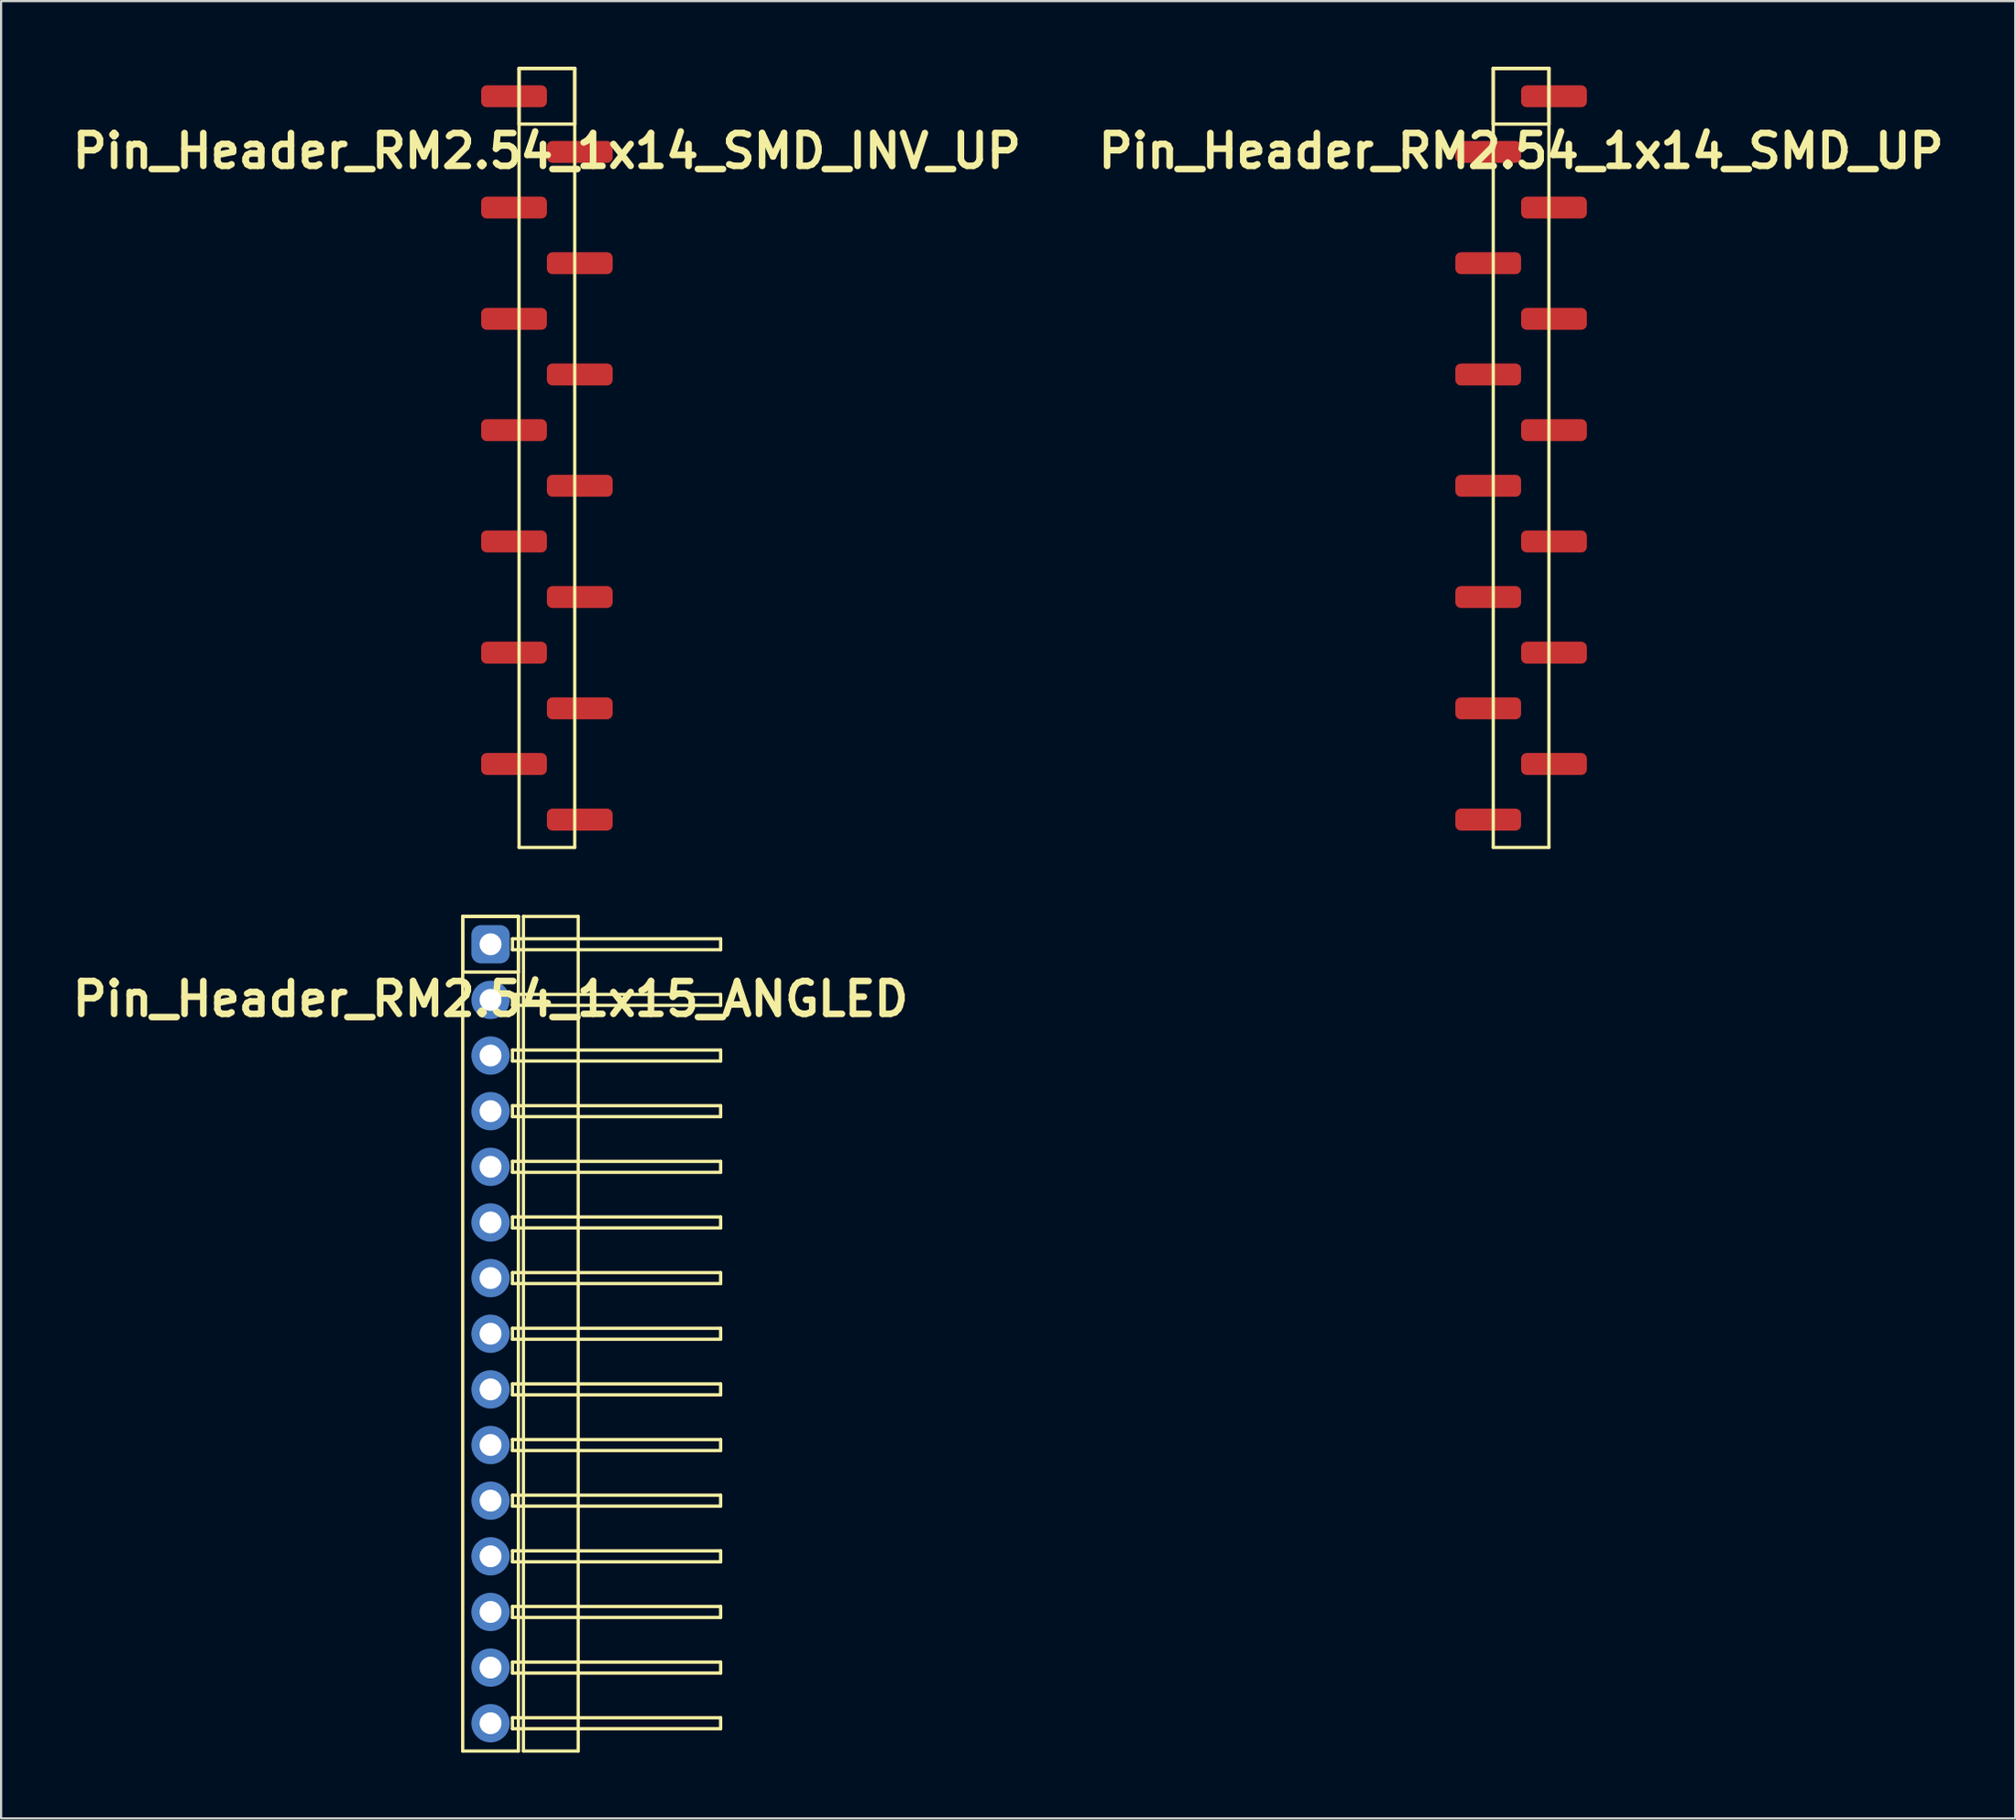
<source format=kicad_pcb>
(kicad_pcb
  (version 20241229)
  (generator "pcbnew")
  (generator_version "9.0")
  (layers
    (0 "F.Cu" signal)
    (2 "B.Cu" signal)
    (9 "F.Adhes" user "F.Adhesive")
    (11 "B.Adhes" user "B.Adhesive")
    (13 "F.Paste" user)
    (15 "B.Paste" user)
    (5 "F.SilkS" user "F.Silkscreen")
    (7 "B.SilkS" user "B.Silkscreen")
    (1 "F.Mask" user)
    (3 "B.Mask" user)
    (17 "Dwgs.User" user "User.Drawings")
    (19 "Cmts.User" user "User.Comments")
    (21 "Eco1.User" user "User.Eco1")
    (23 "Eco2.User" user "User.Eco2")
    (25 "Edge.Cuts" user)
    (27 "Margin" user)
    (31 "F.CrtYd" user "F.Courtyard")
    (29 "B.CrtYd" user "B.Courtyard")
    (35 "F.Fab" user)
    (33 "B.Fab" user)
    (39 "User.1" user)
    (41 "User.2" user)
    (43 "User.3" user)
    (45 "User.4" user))
  (footprint "Pin_Header_RM2.54_1x14_SMD_UP"
    (layer "F.Cu")
    (at 66.364 1.345)
    (property "Reference" "Pin_Header_RM2.54_1x14_SMD_UP" (at 0 2.5 0) (layer "F.SilkS") (effects (font (size 1.5 1.5) (thickness 0.3))))
    (attr through_hole)
    (fp_line (start -1.27 -1.27) (end 1.27 -1.27) (stroke (width 0.15) (type solid)) (layer "F.SilkS"))
    (fp_line (start -1.27 -1.27) (end 1.27 -1.27) (stroke (width 0.15) (type solid)) (layer "F.SilkS"))
    (fp_line (start -1.27 1.27) (end -1.27 -1.27) (stroke (width 0.15) (type solid)) (layer "F.SilkS"))
    (fp_line (start -1.27 34.29) (end -1.27 -1.27) (stroke (width 0.15) (type solid)) (layer "F.SilkS"))
    (fp_line (start 1.27 -1.27) (end 1.27 1.27) (stroke (width 0.15) (type solid)) (layer "F.SilkS"))
    (fp_line (start 1.27 -1.27) (end 1.27 34.29) (stroke (width 0.15) (type solid)) (layer "F.SilkS"))
    (fp_line (start 1.27 1.27) (end -1.27 1.27) (stroke (width 0.15) (type solid)) (layer "F.SilkS"))
    (fp_line (start 1.27 34.29) (end -1.27 34.29) (stroke (width 0.15) (type solid)) (layer "F.SilkS"))
    (pad "1" smd roundrect (at 1.5 0) (size 3 1) (layers "F.Cu" "F.Mask") (roundrect_rratio 0.25))
    (pad "2" smd roundrect (at -1.5 2.54) (size 3 1) (layers "F.Cu" "F.Mask") (roundrect_rratio 0.25))
    (pad "3" smd roundrect (at 1.5 5.08) (size 3 1) (layers "F.Cu" "F.Mask") (roundrect_rratio 0.25))
    (pad "4" smd roundrect (at -1.5 7.62) (size 3 1) (layers "F.Cu" "F.Mask") (roundrect_rratio 0.25))
    (pad "5" smd roundrect (at 1.5 10.16) (size 3 1) (layers "F.Cu" "F.Mask") (roundrect_rratio 0.25))
    (pad "6" smd roundrect (at -1.5 12.7) (size 3 1) (layers "F.Cu" "F.Mask") (roundrect_rratio 0.25))
    (pad "7" smd roundrect (at 1.5 15.24) (size 3 1) (layers "F.Cu" "F.Mask") (roundrect_rratio 0.25))
    (pad "8" smd roundrect (at -1.5 17.78) (size 3 1) (layers "F.Cu" "F.Mask") (roundrect_rratio 0.25))
    (pad "9" smd roundrect (at 1.5 20.32) (size 3 1) (layers "F.Cu" "F.Mask") (roundrect_rratio 0.25))
    (pad "10" smd roundrect (at -1.5 22.86) (size 3 1) (layers "F.Cu" "F.Mask") (roundrect_rratio 0.25))
    (pad "11" smd roundrect (at 1.5 25.4) (size 3 1) (layers "F.Cu" "F.Mask") (roundrect_rratio 0.25))
    (pad "12" smd roundrect (at -1.5 27.94) (size 3 1) (layers "F.Cu" "F.Mask") (roundrect_rratio 0.25))
    (pad "13" smd roundrect (at 1.5 30.48) (size 3 1) (layers "F.Cu" "F.Mask") (roundrect_rratio 0.25))
    (pad "14" smd roundrect (at -1.5 33.02) (size 3 1) (layers "F.Cu" "F.Mask") (roundrect_rratio 0.25)))
  (footprint "Pin_Header_RM2.54_1x15_ANGLED"
    (layer "F.Cu")
    (at 19.336 40.055)
    (property "Reference" "Pin_Header_RM2.54_1x15_ANGLED" (at 0 2.5 0) (layer "F.SilkS") (effects (font (size 1.5 1.5) (thickness 0.3))))
    (attr through_hole)
    (fp_line (start -1.27 -1.27) (end 1.27 -1.27) (stroke (width 0.15) (type solid)) (layer "F.SilkS"))
    (fp_line (start -1.27 -1.27) (end 1.27 -1.27) (stroke (width 0.15) (type solid)) (layer "F.SilkS"))
    (fp_line (start -1.27 1.27) (end -1.27 -1.27) (stroke (width 0.15) (type solid)) (layer "F.SilkS"))
    (fp_line (start -1.27 36.83) (end -1.27 -1.27) (stroke (width 0.15) (type solid)) (layer "F.SilkS"))
    (fp_line (start 1 -0.25) (end 10.5 -0.25) (stroke (width 0.15) (type solid)) (layer "F.SilkS"))
    (fp_line (start 1 0.25) (end 1 -0.25) (stroke (width 0.15) (type solid)) (layer "F.SilkS"))
    (fp_line (start 1 2.29) (end 10.5 2.29) (stroke (width 0.15) (type solid)) (layer "F.SilkS"))
    (fp_line (start 1 2.79) (end 1 2.29) (stroke (width 0.15) (type solid)) (layer "F.SilkS"))
    (fp_line (start 1 4.83) (end 10.5 4.83) (stroke (width 0.15) (type solid)) (layer "F.SilkS"))
    (fp_line (start 1 5.33) (end 1 4.83) (stroke (width 0.15) (type solid)) (layer "F.SilkS"))
    (fp_line (start 1 7.37) (end 10.5 7.37) (stroke (width 0.15) (type solid)) (layer "F.SilkS"))
    (fp_line (start 1 7.87) (end 1 7.37) (stroke (width 0.15) (type solid)) (layer "F.SilkS"))
    (fp_line (start 1 9.91) (end 10.5 9.91) (stroke (width 0.15) (type solid)) (layer "F.SilkS"))
    (fp_line (start 1 10.41) (end 1 9.91) (stroke (width 0.15) (type solid)) (layer "F.SilkS"))
    (fp_line (start 1 12.45) (end 10.5 12.45) (stroke (width 0.15) (type solid)) (layer "F.SilkS"))
    (fp_line (start 1 12.95) (end 1 12.45) (stroke (width 0.15) (type solid)) (layer "F.SilkS"))
    (fp_line (start 1 14.99) (end 10.5 14.99) (stroke (width 0.15) (type solid)) (layer "F.SilkS"))
    (fp_line (start 1 15.49) (end 1 14.99) (stroke (width 0.15) (type solid)) (layer "F.SilkS"))
    (fp_line (start 1 17.53) (end 10.5 17.53) (stroke (width 0.15) (type solid)) (layer "F.SilkS"))
    (fp_line (start 1 18.03) (end 1 17.53) (stroke (width 0.15) (type solid)) (layer "F.SilkS"))
    (fp_line (start 1 20.07) (end 10.5 20.07) (stroke (width 0.15) (type solid)) (layer "F.SilkS"))
    (fp_line (start 1 20.57) (end 1 20.07) (stroke (width 0.15) (type solid)) (layer "F.SilkS"))
    (fp_line (start 1 22.61) (end 10.5 22.61) (stroke (width 0.15) (type solid)) (layer "F.SilkS"))
    (fp_line (start 1 23.11) (end 1 22.61) (stroke (width 0.15) (type solid)) (layer "F.SilkS"))
    (fp_line (start 1 25.15) (end 10.5 25.15) (stroke (width 0.15) (type solid)) (layer "F.SilkS"))
    (fp_line (start 1 25.65) (end 1 25.15) (stroke (width 0.15) (type solid)) (layer "F.SilkS"))
    (fp_line (start 1 27.69) (end 10.5 27.69) (stroke (width 0.15) (type solid)) (layer "F.SilkS"))
    (fp_line (start 1 28.19) (end 1 27.69) (stroke (width 0.15) (type solid)) (layer "F.SilkS"))
    (fp_line (start 1 30.23) (end 10.5 30.23) (stroke (width 0.15) (type solid)) (layer "F.SilkS"))
    (fp_line (start 1 30.73) (end 1 30.23) (stroke (width 0.15) (type solid)) (layer "F.SilkS"))
    (fp_line (start 1 32.77) (end 10.5 32.77) (stroke (width 0.15) (type solid)) (layer "F.SilkS"))
    (fp_line (start 1 33.27) (end 1 32.77) (stroke (width 0.15) (type solid)) (layer "F.SilkS"))
    (fp_line (start 1 35.31) (end 10.5 35.31) (stroke (width 0.15) (type solid)) (layer "F.SilkS"))
    (fp_line (start 1 35.81) (end 1 35.31) (stroke (width 0.15) (type solid)) (layer "F.SilkS"))
    (fp_line (start 1.27 -1.27) (end 1.27 1.27) (stroke (width 0.15) (type solid)) (layer "F.SilkS"))
    (fp_line (start 1.27 -1.27) (end 1.27 36.83) (stroke (width 0.15) (type solid)) (layer "F.SilkS"))
    (fp_line (start 1.27 1.27) (end -1.27 1.27) (stroke (width 0.15) (type solid)) (layer "F.SilkS"))
    (fp_line (start 1.27 36.83) (end -1.27 36.83) (stroke (width 0.15) (type solid)) (layer "F.SilkS"))
    (fp_line (start 1.5 -1.27) (end 4 -1.27) (stroke (width 0.15) (type solid)) (layer "F.SilkS"))
    (fp_line (start 1.5 36.83) (end 1.5 -1.27) (stroke (width 0.15) (type solid)) (layer "F.SilkS"))
    (fp_line (start 4 -1.27) (end 4 36.83) (stroke (width 0.15) (type solid)) (layer "F.SilkS"))
    (fp_line (start 4 36.83) (end 1.5 36.83) (stroke (width 0.15) (type solid)) (layer "F.SilkS"))
    (fp_line (start 10.5 -0.25) (end 10.5 0.25) (stroke (width 0.15) (type solid)) (layer "F.SilkS"))
    (fp_line (start 10.5 0.25) (end 1 0.25) (stroke (width 0.15) (type solid)) (layer "F.SilkS"))
    (fp_line (start 10.5 2.29) (end 10.5 2.79) (stroke (width 0.15) (type solid)) (layer "F.SilkS"))
    (fp_line (start 10.5 2.79) (end 1 2.79) (stroke (width 0.15) (type solid)) (layer "F.SilkS"))
    (fp_line (start 10.5 4.83) (end 10.5 5.33) (stroke (width 0.15) (type solid)) (layer "F.SilkS"))
    (fp_line (start 10.5 5.33) (end 1 5.33) (stroke (width 0.15) (type solid)) (layer "F.SilkS"))
    (fp_line (start 10.5 7.37) (end 10.5 7.87) (stroke (width 0.15) (type solid)) (layer "F.SilkS"))
    (fp_line (start 10.5 7.87) (end 1 7.87) (stroke (width 0.15) (type solid)) (layer "F.SilkS"))
    (fp_line (start 10.5 9.91) (end 10.5 10.41) (stroke (width 0.15) (type solid)) (layer "F.SilkS"))
    (fp_line (start 10.5 10.41) (end 1 10.41) (stroke (width 0.15) (type solid)) (layer "F.SilkS"))
    (fp_line (start 10.5 12.45) (end 10.5 12.95) (stroke (width 0.15) (type solid)) (layer "F.SilkS"))
    (fp_line (start 10.5 12.95) (end 1 12.95) (stroke (width 0.15) (type solid)) (layer "F.SilkS"))
    (fp_line (start 10.5 14.99) (end 10.5 15.49) (stroke (width 0.15) (type solid)) (layer "F.SilkS"))
    (fp_line (start 10.5 15.49) (end 1 15.49) (stroke (width 0.15) (type solid)) (layer "F.SilkS"))
    (fp_line (start 10.5 17.53) (end 10.5 18.03) (stroke (width 0.15) (type solid)) (layer "F.SilkS"))
    (fp_line (start 10.5 18.03) (end 1 18.03) (stroke (width 0.15) (type solid)) (layer "F.SilkS"))
    (fp_line (start 10.5 20.07) (end 10.5 20.57) (stroke (width 0.15) (type solid)) (layer "F.SilkS"))
    (fp_line (start 10.5 20.57) (end 1 20.57) (stroke (width 0.15) (type solid)) (layer "F.SilkS"))
    (fp_line (start 10.5 22.61) (end 10.5 23.11) (stroke (width 0.15) (type solid)) (layer "F.SilkS"))
    (fp_line (start 10.5 23.11) (end 1 23.11) (stroke (width 0.15) (type solid)) (layer "F.SilkS"))
    (fp_line (start 10.5 25.15) (end 10.5 25.65) (stroke (width 0.15) (type solid)) (layer "F.SilkS"))
    (fp_line (start 10.5 25.65) (end 1 25.65) (stroke (width 0.15) (type solid)) (layer "F.SilkS"))
    (fp_line (start 10.5 27.69) (end 10.5 28.19) (stroke (width 0.15) (type solid)) (layer "F.SilkS"))
    (fp_line (start 10.5 28.19) (end 1 28.19) (stroke (width 0.15) (type solid)) (layer "F.SilkS"))
    (fp_line (start 10.5 30.23) (end 10.5 30.73) (stroke (width 0.15) (type solid)) (layer "F.SilkS"))
    (fp_line (start 10.5 30.73) (end 1 30.73) (stroke (width 0.15) (type solid)) (layer "F.SilkS"))
    (fp_line (start 10.5 32.77) (end 10.5 33.27) (stroke (width 0.15) (type solid)) (layer "F.SilkS"))
    (fp_line (start 10.5 33.27) (end 1 33.27) (stroke (width 0.15) (type solid)) (layer "F.SilkS"))
    (fp_line (start 10.5 35.31) (end 10.5 35.81) (stroke (width 0.15) (type solid)) (layer "F.SilkS"))
    (fp_line (start 10.5 35.81) (end 1 35.81) (stroke (width 0.15) (type solid)) (layer "F.SilkS"))
    (pad "1" thru_hole circle (at 0 0) (size 1.3 1.3) (drill 1) (layers "*.Cu" "*.Mask"))
    (pad "1" smd roundrect (at 0 0) (size 1.5 1.5) (layers "F.Cu" "F.Mask") (roundrect_rratio 0.25))
    (pad "1" smd roundrect (at 0 0) (size 1.75 1.75) (layers "B.Cu" "B.Mask") (roundrect_rratio 0.25))
    (pad "2" thru_hole circle (at 0 2.54) (size 1.3 1.3) (drill 1) (layers "*.Cu" "*.Mask"))
    (pad "2" smd circle (at 0 2.54) (size 1.5 1.5) (layers "F.Cu" "F.Mask"))
    (pad "2" smd circle (at 0 2.54) (size 1.75 1.75) (layers "B.Cu" "B.Mask"))
    (pad "3" thru_hole circle (at 0 5.08) (size 1.3 1.3) (drill 1) (layers "*.Cu" "*.Mask"))
    (pad "3" smd circle (at 0 5.08) (size 1.5 1.5) (layers "F.Cu" "F.Mask"))
    (pad "3" smd circle (at 0 5.08) (size 1.75 1.75) (layers "B.Cu" "B.Mask"))
    (pad "4" thru_hole circle (at 0 7.62) (size 1.3 1.3) (drill 1) (layers "*.Cu" "*.Mask"))
    (pad "4" smd circle (at 0 7.62) (size 1.5 1.5) (layers "F.Cu" "F.Mask"))
    (pad "4" smd circle (at 0 7.62) (size 1.75 1.75) (layers "B.Cu" "B.Mask"))
    (pad "5" thru_hole circle (at 0 10.16) (size 1.3 1.3) (drill 1) (layers "*.Cu" "*.Mask"))
    (pad "5" smd circle (at 0 10.16) (size 1.5 1.5) (layers "F.Cu" "F.Mask"))
    (pad "5" smd circle (at 0 10.16) (size 1.75 1.75) (layers "B.Cu" "B.Mask"))
    (pad "6" thru_hole circle (at 0 12.7) (size 1.3 1.3) (drill 1) (layers "*.Cu" "*.Mask"))
    (pad "6" smd circle (at 0 12.7) (size 1.5 1.5) (layers "F.Cu" "F.Mask"))
    (pad "6" smd circle (at 0 12.7) (size 1.75 1.75) (layers "B.Cu" "B.Mask"))
    (pad "7" thru_hole circle (at 0 15.24) (size 1.3 1.3) (drill 1) (layers "*.Cu" "*.Mask"))
    (pad "7" smd circle (at 0 15.24) (size 1.5 1.5) (layers "F.Cu" "F.Mask"))
    (pad "7" smd circle (at 0 15.24) (size 1.75 1.75) (layers "B.Cu" "B.Mask"))
    (pad "8" thru_hole circle (at 0 17.78) (size 1.3 1.3) (drill 1) (layers "*.Cu" "*.Mask"))
    (pad "8" smd circle (at 0 17.78) (size 1.5 1.5) (layers "F.Cu" "F.Mask"))
    (pad "8" smd circle (at 0 17.78) (size 1.75 1.75) (layers "B.Cu" "B.Mask"))
    (pad "9" thru_hole circle (at 0 20.32) (size 1.3 1.3) (drill 1) (layers "*.Cu" "*.Mask"))
    (pad "9" smd circle (at 0 20.32) (size 1.5 1.5) (layers "F.Cu" "F.Mask"))
    (pad "9" smd circle (at 0 20.32) (size 1.75 1.75) (layers "B.Cu" "B.Mask"))
    (pad "10" thru_hole circle (at 0 22.86) (size 1.3 1.3) (drill 1) (layers "*.Cu" "*.Mask"))
    (pad "10" smd circle (at 0 22.86) (size 1.5 1.5) (layers "F.Cu" "F.Mask"))
    (pad "10" smd circle (at 0 22.86) (size 1.75 1.75) (layers "B.Cu" "B.Mask"))
    (pad "11" thru_hole circle (at 0 25.4) (size 1.3 1.3) (drill 1) (layers "*.Cu" "*.Mask"))
    (pad "11" smd circle (at 0 25.4) (size 1.5 1.5) (layers "F.Cu" "F.Mask"))
    (pad "11" smd circle (at 0 25.4) (size 1.75 1.75) (layers "B.Cu" "B.Mask"))
    (pad "12" thru_hole circle (at 0 27.94) (size 1.3 1.3) (drill 1) (layers "*.Cu" "*.Mask"))
    (pad "12" smd circle (at 0 27.94) (size 1.5 1.5) (layers "F.Cu" "F.Mask"))
    (pad "12" smd circle (at 0 27.94) (size 1.75 1.75) (layers "B.Cu" "B.Mask"))
    (pad "13" thru_hole circle (at 0 30.48) (size 1.3 1.3) (drill 1) (layers "*.Cu" "*.Mask"))
    (pad "13" smd circle (at 0 30.48) (size 1.5 1.5) (layers "F.Cu" "F.Mask"))
    (pad "13" smd circle (at 0 30.48) (size 1.75 1.75) (layers "B.Cu" "B.Mask"))
    (pad "14" thru_hole circle (at 0 33.02) (size 1.3 1.3) (drill 1) (layers "*.Cu" "*.Mask"))
    (pad "14" smd circle (at 0 33.02) (size 1.5 1.5) (layers "F.Cu" "F.Mask"))
    (pad "14" smd circle (at 0 33.02) (size 1.75 1.75) (layers "B.Cu" "B.Mask"))
    (pad "15" thru_hole circle (at 0 35.56) (size 1.3 1.3) (drill 1) (layers "*.Cu" "*.Mask"))
    (pad "15" smd circle (at 0 35.56) (size 1.5 1.5) (layers "F.Cu" "F.Mask"))
    (pad "15" smd circle (at 0 35.56) (size 1.75 1.75) (layers "B.Cu" "B.Mask")))
  (footprint "Pin_Header_RM2.54_1x14_SMD_INV_UP"
    (layer "F.Cu")
    (at 21.907 1.345)
    (property "Reference" "Pin_Header_RM2.54_1x14_SMD_INV_UP" (at 0 2.5 0) (layer "F.SilkS") (effects (font (size 1.5 1.5) (thickness 0.3))))
    (attr through_hole)
    (fp_line (start -1.27 -1.27) (end 1.27 -1.27) (stroke (width 0.15) (type solid)) (layer "F.SilkS"))
    (fp_line (start -1.27 -1.27) (end 1.27 -1.27) (stroke (width 0.15) (type solid)) (layer "F.SilkS"))
    (fp_line (start -1.27 1.27) (end -1.27 -1.27) (stroke (width 0.15) (type solid)) (layer "F.SilkS"))
    (fp_line (start -1.27 34.29) (end -1.27 -1.27) (stroke (width 0.15) (type solid)) (layer "F.SilkS"))
    (fp_line (start 1.27 -1.27) (end 1.27 1.27) (stroke (width 0.15) (type solid)) (layer "F.SilkS"))
    (fp_line (start 1.27 -1.27) (end 1.27 34.29) (stroke (width 0.15) (type solid)) (layer "F.SilkS"))
    (fp_line (start 1.27 1.27) (end -1.27 1.27) (stroke (width 0.15) (type solid)) (layer "F.SilkS"))
    (fp_line (start 1.27 34.29) (end -1.27 34.29) (stroke (width 0.15) (type solid)) (layer "F.SilkS"))
    (pad "1" smd roundrect (at -1.5 0) (size 3 1) (layers "F.Cu" "F.Mask" "F.Paste") (roundrect_rratio 0.25))
    (pad "2" smd roundrect (at 1.5 2.54) (size 3 1) (layers "F.Cu" "F.Mask" "F.Paste") (roundrect_rratio 0.25))
    (pad "3" smd roundrect (at -1.5 5.08) (size 3 1) (layers "F.Cu" "F.Mask" "F.Paste") (roundrect_rratio 0.25))
    (pad "4" smd roundrect (at 1.5 7.62) (size 3 1) (layers "F.Cu" "F.Mask" "F.Paste") (roundrect_rratio 0.25))
    (pad "5" smd roundrect (at -1.5 10.16) (size 3 1) (layers "F.Cu" "F.Mask" "F.Paste") (roundrect_rratio 0.25))
    (pad "6" smd roundrect (at 1.5 12.7) (size 3 1) (layers "F.Cu" "F.Mask" "F.Paste") (roundrect_rratio 0.25))
    (pad "7" smd roundrect (at -1.5 15.24) (size 3 1) (layers "F.Cu" "F.Mask" "F.Paste") (roundrect_rratio 0.25))
    (pad "8" smd roundrect (at 1.5 17.78) (size 3 1) (layers "F.Cu" "F.Mask" "F.Paste") (roundrect_rratio 0.25))
    (pad "9" smd roundrect (at -1.5 20.32) (size 3 1) (layers "F.Cu" "F.Mask" "F.Paste") (roundrect_rratio 0.25))
    (pad "10" smd roundrect (at 1.5 22.86) (size 3 1) (layers "F.Cu" "F.Mask" "F.Paste") (roundrect_rratio 0.25))
    (pad "11" smd roundrect (at -1.5 25.4) (size 3 1) (layers "F.Cu" "F.Mask" "F.Paste") (roundrect_rratio 0.25))
    (pad "12" smd roundrect (at 1.5 27.94) (size 3 1) (layers "F.Cu" "F.Mask" "F.Paste") (roundrect_rratio 0.25))
    (pad "13" smd roundrect (at -1.5 30.48) (size 3 1) (layers "F.Cu" "F.Mask" "F.Paste") (roundrect_rratio 0.25))
    (pad "14" smd roundrect (at 1.5 33.02) (size 3 1) (layers "F.Cu" "F.Mask" "F.Paste") (roundrect_rratio 0.25)))
  (gr_rect
    (start -3 -3)
    (end 88.914 79.96)
    (stroke (width 0.1) (type default))
    (fill no)
    (layer "Edge.Cuts")))
</source>
